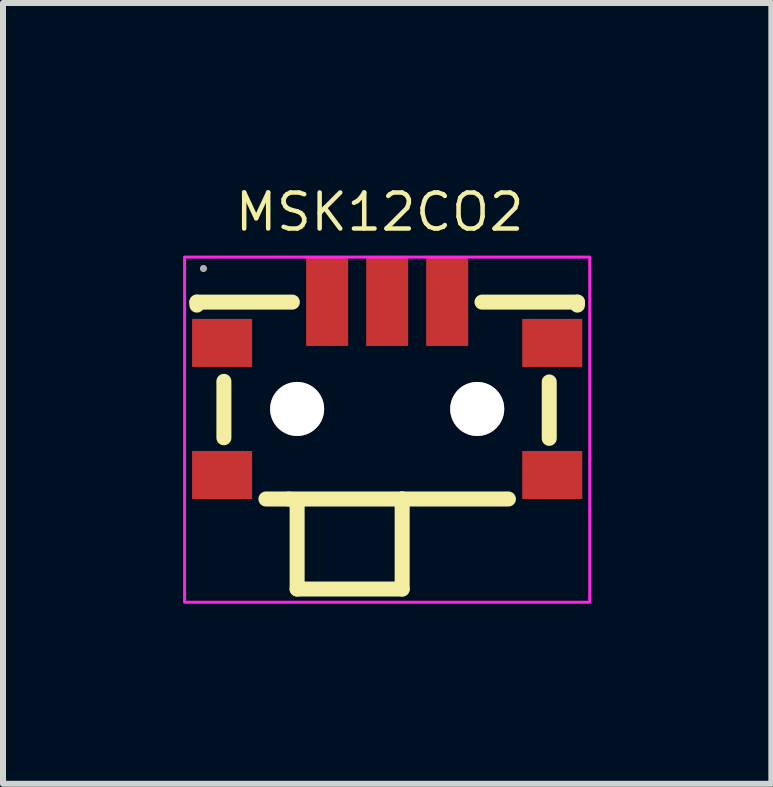
<source format=kicad_pcb>
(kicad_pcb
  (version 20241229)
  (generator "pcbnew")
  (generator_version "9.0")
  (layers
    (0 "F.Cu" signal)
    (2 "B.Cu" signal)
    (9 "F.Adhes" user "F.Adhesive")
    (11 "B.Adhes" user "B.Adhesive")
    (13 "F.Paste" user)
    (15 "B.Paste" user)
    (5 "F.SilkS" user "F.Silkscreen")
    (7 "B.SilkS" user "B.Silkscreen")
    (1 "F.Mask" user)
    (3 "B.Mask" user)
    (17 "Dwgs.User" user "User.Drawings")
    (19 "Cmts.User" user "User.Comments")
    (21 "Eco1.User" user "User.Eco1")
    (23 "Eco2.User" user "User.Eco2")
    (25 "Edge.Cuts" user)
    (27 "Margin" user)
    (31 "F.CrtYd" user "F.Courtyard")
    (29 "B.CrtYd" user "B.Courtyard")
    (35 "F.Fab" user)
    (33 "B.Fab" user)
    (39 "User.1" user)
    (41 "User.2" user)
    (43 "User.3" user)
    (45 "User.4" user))
  (footprint "MSK12CO2"
    (layer "F.Cu")
    (at 3.275 3.483)
    (property "Reference" "MSK12CO2" (at 0 -3 0) (unlocked yes) (layer "F.SilkS") (effects (font (size 0.6 0.6) (thickness 0.075))))
    (attr smd)
    (fp_line (start -3.045 -1.5) (end -3.045 -1.45) (stroke (width 0.25) (type solid)) (layer "F.SilkS"))
    (fp_line (start -2.595 -0.18) (end -2.595 0.76) (stroke (width 0.25) (type solid)) (layer "F.SilkS"))
    (fp_line (start -1.515 1.78) (end -1.895 1.78) (stroke (width 0.25) (type solid)) (layer "F.SilkS"))
    (fp_line (start -1.455 -1.5) (end -3.045 -1.5) (stroke (width 0.25) (type solid)) (layer "F.SilkS"))
    (fp_line (start -1.375 3.28) (end -1.375 1.83) (stroke (width 0.25) (type solid)) (layer "F.SilkS"))
    (fp_line (start 0.375 1.78) (end -1.515 1.78) (stroke (width 0.25) (type solid)) (layer "F.SilkS"))
    (fp_line (start 0.375 1.78) (end 0.375 3.28) (stroke (width 0.25) (type solid)) (layer "F.SilkS"))
    (fp_line (start 0.375 1.78) (end 2.145 1.78) (stroke (width 0.25) (type solid)) (layer "F.SilkS"))
    (fp_line (start 0.375 3.28) (end -1.375 3.28) (stroke (width 0.25) (type solid)) (layer "F.SilkS"))
    (fp_line (start 1.705 -1.5) (end 3.295 -1.5) (stroke (width 0.25) (type solid)) (layer "F.SilkS"))
    (fp_line (start 2.825 -0.17) (end 2.825 0.77) (stroke (width 0.25) (type solid)) (layer "F.SilkS"))
    (fp_line (start 3.295 -1.5) (end 3.295 -1.45) (stroke (width 0.25) (type solid)) (layer "F.SilkS"))
    (fp_circle (center -1.375 0.28) (end -1.185 0.28) (stroke (width 0.38) (type solid)) (fill no) (layer "Cmts.User"))
    (fp_circle (center 1.625 0.28) (end 1.815 0.28) (stroke (width 0.38) (type solid)) (fill no) (layer "Cmts.User"))
    (fp_rect (start -3.25 -2.25) (end 3.5 3.5) (stroke (width 0.05) (type solid)) (fill no) (layer "F.CrtYd"))
    (fp_circle (center -2.935 -2.06) (end -2.905 -2.06) (stroke (width 0.06) (type solid)) (fill no) (layer "F.Fab"))
    (pad "" thru_hole circle (at -1.375 0.28) (size 0.9 0.9) (drill 0.9) (layers "*.Cu" "*.Mask"))
    (pad "" thru_hole circle (at 1.625 0.28) (size 0.9 0.9) (drill 0.9) (layers "*.Cu" "*.Mask"))
    (pad "1" smd rect (at -0.875 -1.52) (size 0.7 1.5) (layers "F.Cu" "F.Mask" "F.Paste"))
    (pad "2" smd rect (at 0.125 -1.52) (size 0.7 1.5) (layers "F.Cu" "F.Mask" "F.Paste"))
    (pad "3" smd rect (at 1.125 -1.52) (size 0.7 1.5) (layers "F.Cu" "F.Mask" "F.Paste"))
    (pad "4" smd rect (at -2.625 -0.82) (size 1 0.8) (layers "F.Cu" "F.Mask" "F.Paste"))
    (pad "4" smd rect (at -2.625 1.38) (size 1 0.8) (layers "F.Cu" "F.Mask" "F.Paste"))
    (pad "4" smd rect (at 2.875 -0.82) (size 1 0.8) (layers "F.Cu" "F.Mask" "F.Paste"))
    (pad "4" smd rect (at 2.875 1.38) (size 1 0.8) (layers "F.Cu" "F.Mask" "F.Paste")))
  (gr_rect
    (start -3 -3)
    (end 9.8 10.008)
    (stroke (width 0.1) (type default))
    (fill no)
    (layer "Edge.Cuts")))
</source>
